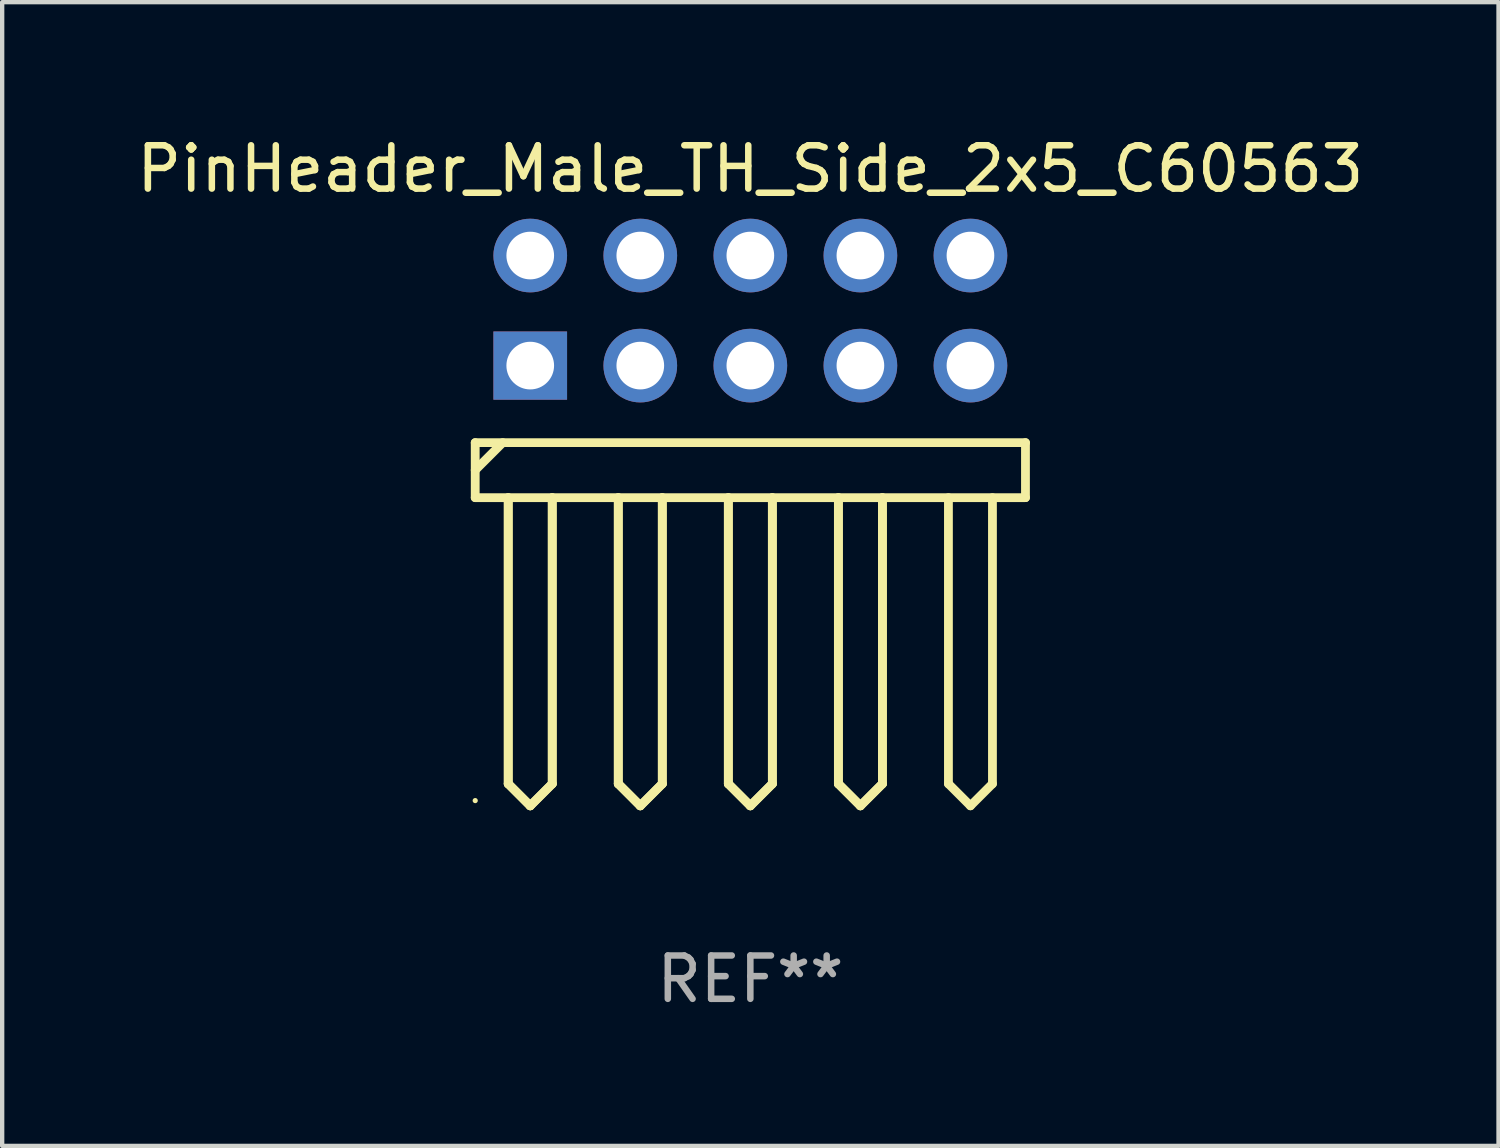
<source format=kicad_pcb>
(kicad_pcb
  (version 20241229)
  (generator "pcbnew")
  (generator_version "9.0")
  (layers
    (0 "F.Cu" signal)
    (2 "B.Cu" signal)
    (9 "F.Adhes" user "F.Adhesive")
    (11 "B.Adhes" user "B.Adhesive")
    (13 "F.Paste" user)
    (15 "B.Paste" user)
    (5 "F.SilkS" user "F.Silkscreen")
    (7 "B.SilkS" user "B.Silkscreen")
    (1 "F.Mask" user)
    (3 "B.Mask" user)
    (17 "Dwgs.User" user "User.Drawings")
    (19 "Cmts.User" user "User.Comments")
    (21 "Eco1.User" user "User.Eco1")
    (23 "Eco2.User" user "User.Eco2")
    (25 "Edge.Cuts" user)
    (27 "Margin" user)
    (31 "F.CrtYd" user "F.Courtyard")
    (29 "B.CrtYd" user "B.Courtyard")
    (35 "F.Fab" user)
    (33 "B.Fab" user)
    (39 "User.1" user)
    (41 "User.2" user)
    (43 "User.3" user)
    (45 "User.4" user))
  (footprint "PinHeader_Male_TH_Side_2x5_C60563"
    (layer "F.Cu")
    (at 14.268 4.118)
    (property "Reference" "PinHeader_Male_TH_Side_2x5_C60563" (at 0 -3.27 0) (layer "F.SilkS") (effects (font (size 1 1) (thickness 0.15))))
    (attr through_hole)
    (fp_line (start -6.35 3.048) (end 6.35 3.048) (stroke (width 0.203) (type solid)) (layer "F.SilkS"))
    (fp_line (start -6.35 3.683) (end -5.715 3.048) (stroke (width 0.203) (type solid)) (layer "F.SilkS"))
    (fp_line (start -6.35 4.318) (end -6.35 3.048) (stroke (width 0.203) (type solid)) (layer "F.SilkS"))
    (fp_line (start -5.588 10.922) (end -5.588 4.318) (stroke (width 0.203) (type solid)) (layer "F.SilkS"))
    (fp_line (start -5.588 10.922) (end -5.588 4.318) (stroke (width 0.203) (type solid)) (layer "F.SilkS"))
    (fp_line (start -5.08 11.43) (end -5.588 10.922) (stroke (width 0.203) (type solid)) (layer "F.SilkS"))
    (fp_line (start -5.08 11.43) (end -5.588 10.922) (stroke (width 0.203) (type solid)) (layer "F.SilkS"))
    (fp_line (start -4.572 4.318) (end -4.572 10.922) (stroke (width 0.203) (type solid)) (layer "F.SilkS"))
    (fp_line (start -4.572 4.318) (end -4.572 10.922) (stroke (width 0.203) (type solid)) (layer "F.SilkS"))
    (fp_line (start -4.572 10.922) (end -5.08 11.43) (stroke (width 0.203) (type solid)) (layer "F.SilkS"))
    (fp_line (start -4.572 10.922) (end -5.08 11.43) (stroke (width 0.203) (type solid)) (layer "F.SilkS"))
    (fp_line (start -3.048 10.922) (end -3.048 4.318) (stroke (width 0.203) (type solid)) (layer "F.SilkS"))
    (fp_line (start -3.048 10.922) (end -3.048 4.318) (stroke (width 0.203) (type solid)) (layer "F.SilkS"))
    (fp_line (start -2.54 11.43) (end -3.048 10.922) (stroke (width 0.203) (type solid)) (layer "F.SilkS"))
    (fp_line (start -2.54 11.43) (end -3.048 10.922) (stroke (width 0.203) (type solid)) (layer "F.SilkS"))
    (fp_line (start -2.032 4.318) (end -2.032 10.922) (stroke (width 0.203) (type solid)) (layer "F.SilkS"))
    (fp_line (start -2.032 4.318) (end -2.032 10.922) (stroke (width 0.203) (type solid)) (layer "F.SilkS"))
    (fp_line (start -2.032 10.922) (end -2.54 11.43) (stroke (width 0.203) (type solid)) (layer "F.SilkS"))
    (fp_line (start -2.032 10.922) (end -2.54 11.43) (stroke (width 0.203) (type solid)) (layer "F.SilkS"))
    (fp_line (start -0.508 10.922) (end -0.508 4.318) (stroke (width 0.203) (type solid)) (layer "F.SilkS"))
    (fp_line (start -0.508 10.922) (end -0.508 4.318) (stroke (width 0.203) (type solid)) (layer "F.SilkS"))
    (fp_line (start 0 11.43) (end -0.508 10.922) (stroke (width 0.203) (type solid)) (layer "F.SilkS"))
    (fp_line (start 0.000025 11.43) (end -0.508 10.922) (stroke (width 0.203) (type solid)) (layer "F.SilkS"))
    (fp_line (start 0.508 4.318) (end 0.508 10.922) (stroke (width 0.203) (type solid)) (layer "F.SilkS"))
    (fp_line (start 0.508 10.922) (end 0 11.43) (stroke (width 0.203) (type solid)) (layer "F.SilkS"))
    (fp_line (start 0.508 4.318) (end 0.508 10.922) (stroke (width 0.203) (type solid)) (layer "F.SilkS"))
    (fp_line (start 0.508 10.922) (end 0.000025 11.43) (stroke (width 0.203) (type solid)) (layer "F.SilkS"))
    (fp_line (start 2.032 10.922) (end 2.032 4.318) (stroke (width 0.203) (type solid)) (layer "F.SilkS"))
    (fp_line (start 2.032 10.922) (end 2.032 4.318) (stroke (width 0.203) (type solid)) (layer "F.SilkS"))
    (fp_line (start 2.54 11.43) (end 2.032 10.922) (stroke (width 0.203) (type solid)) (layer "F.SilkS"))
    (fp_line (start 2.54 11.43) (end 2.032 10.922) (stroke (width 0.203) (type solid)) (layer "F.SilkS"))
    (fp_line (start 3.048 4.318) (end 3.048 10.922) (stroke (width 0.203) (type solid)) (layer "F.SilkS"))
    (fp_line (start 3.048 4.318) (end 3.048 10.922) (stroke (width 0.203) (type solid)) (layer "F.SilkS"))
    (fp_line (start 3.048 10.922) (end 2.54 11.43) (stroke (width 0.203) (type solid)) (layer "F.SilkS"))
    (fp_line (start 3.048 10.922) (end 2.54 11.43) (stroke (width 0.203) (type solid)) (layer "F.SilkS"))
    (fp_line (start 4.572 10.922) (end 4.572 4.318) (stroke (width 0.203) (type solid)) (layer "F.SilkS"))
    (fp_line (start 5.08 11.43) (end 4.572 10.922) (stroke (width 0.203) (type solid)) (layer "F.SilkS"))
    (fp_line (start 5.588 4.318) (end 5.588 10.922) (stroke (width 0.203) (type solid)) (layer "F.SilkS"))
    (fp_line (start 5.588 10.922) (end 5.08 11.43) (stroke (width 0.203) (type solid)) (layer "F.SilkS"))
    (fp_line (start 6.35 3.048) (end 6.35 4.318) (stroke (width 0.203) (type solid)) (layer "F.SilkS"))
    (fp_line (start 6.35 4.318) (end -6.35 4.318) (stroke (width 0.203) (type solid)) (layer "F.SilkS"))
    (fp_circle (center -6.35 11.31) (end -6.32 11.31) (stroke (width 0.06) (type solid)) (fill no) (layer "F.SilkS"))
    (fp_text user "REF**" (at 0 15.43 0) (layer "F.Fab") (effects (font (size 1 1) (thickness 0.15))))
    (pad "1" thru_hole rect (at -5.08 1.27) (size 1.7 1.575) (drill 1.1) (layers "*.Cu" "*.Mask"))
    (pad "2" thru_hole circle (at -5.08 -1.27) (size 1.7 1.7) (drill 1.1) (layers "*.Cu" "*.Mask"))
    (pad "3" thru_hole circle (at -2.54 1.27) (size 1.7 1.7) (drill 1.1) (layers "*.Cu" "*.Mask"))
    (pad "4" thru_hole circle (at -2.54 -1.27) (size 1.7 1.7) (drill 1.1) (layers "*.Cu" "*.Mask"))
    (pad "5" thru_hole circle (at 0 1.27) (size 1.7 1.7) (drill 1.1) (layers "*.Cu" "*.Mask"))
    (pad "6" thru_hole circle (at 0 -1.27) (size 1.7 1.7) (drill 1.1) (layers "*.Cu" "*.Mask"))
    (pad "7" thru_hole circle (at 2.54 1.27) (size 1.7 1.7) (drill 1.1) (layers "*.Cu" "*.Mask"))
    (pad "8" thru_hole circle (at 2.54 -1.27) (size 1.7 1.7) (drill 1.1) (layers "*.Cu" "*.Mask"))
    (pad "9" thru_hole circle (at 5.08 1.27) (size 1.7 1.7) (drill 1.1) (layers "*.Cu" "*.Mask"))
    (pad "10" thru_hole circle (at 5.08 -1.27) (size 1.7 1.7) (drill 1.1) (layers "*.Cu" "*.Mask")))
  (gr_rect
    (start -3 -3)
    (end 31.536 23.397)
    (stroke (width 0.1) (type default))
    (fill no)
    (layer "Edge.Cuts")))
</source>
